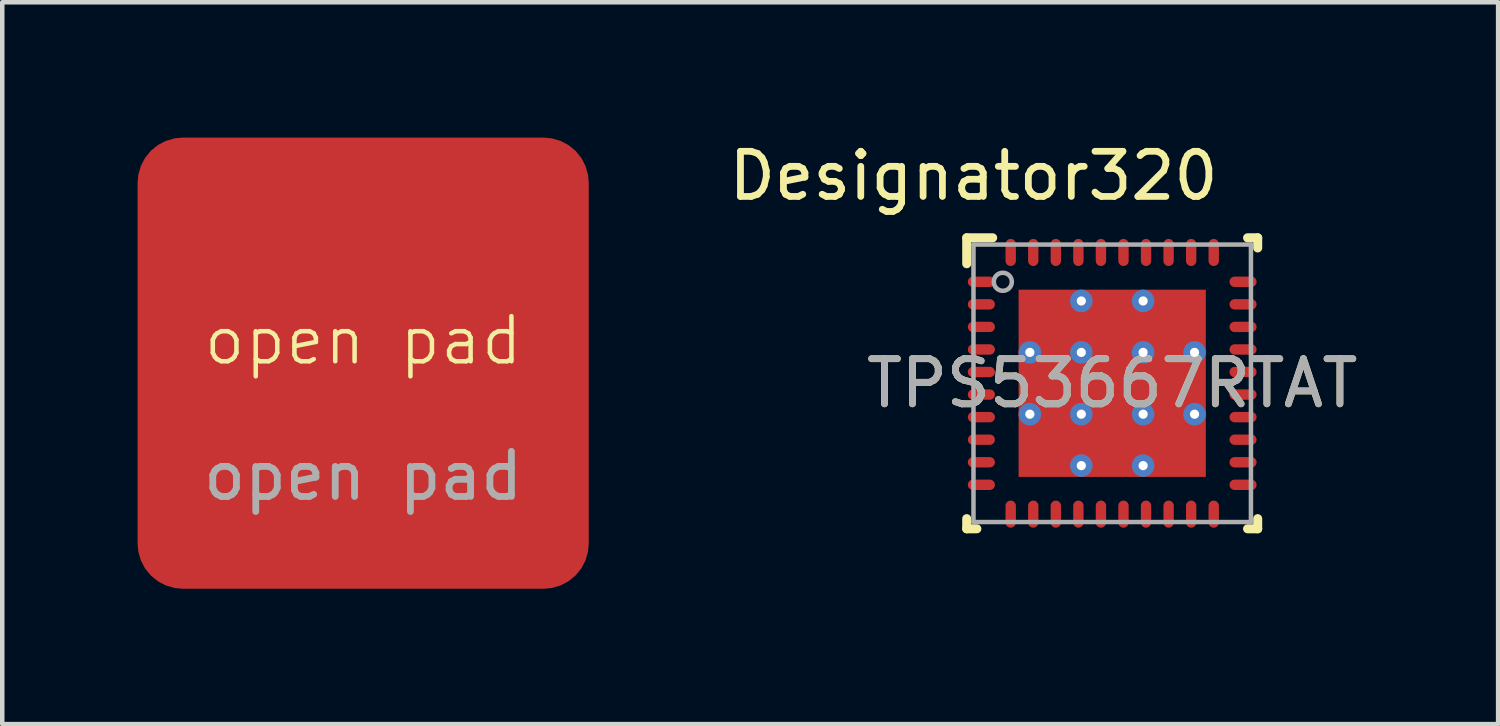
<source format=kicad_pcb>
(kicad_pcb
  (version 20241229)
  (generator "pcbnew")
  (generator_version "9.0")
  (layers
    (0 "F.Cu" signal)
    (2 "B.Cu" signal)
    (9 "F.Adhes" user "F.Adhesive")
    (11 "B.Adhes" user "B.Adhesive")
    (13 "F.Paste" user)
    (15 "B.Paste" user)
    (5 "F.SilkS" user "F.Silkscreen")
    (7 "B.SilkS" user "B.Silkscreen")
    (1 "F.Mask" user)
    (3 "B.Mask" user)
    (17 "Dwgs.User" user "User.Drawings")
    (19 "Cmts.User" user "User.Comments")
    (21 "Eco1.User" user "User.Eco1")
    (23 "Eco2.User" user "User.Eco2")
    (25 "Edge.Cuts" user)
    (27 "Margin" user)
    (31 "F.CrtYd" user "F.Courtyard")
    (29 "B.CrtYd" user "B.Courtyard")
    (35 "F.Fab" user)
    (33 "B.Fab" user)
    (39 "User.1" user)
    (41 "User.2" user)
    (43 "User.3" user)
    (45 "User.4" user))
  (footprint "open pad"
    (layer "F.Cu")
    (at 5 5)
    (property "Reference" "open pad" (at 0 -0.5 0) (unlocked yes) (layer "F.SilkS") (effects (font (size 1 1) (thickness 0.1))))
    (attr smd)
    (fp_text user "${REFERENCE}" (at 0 2.5 0) (unlocked yes) (layer "F.Fab") (effects (font (size 1 1) (thickness 0.15))))
    (pad "1" smd roundrect (at 0 0) (size 10 10) (layers "F.Cu" "F.Mask" "F.Paste") (roundrect_rratio 0.1)))
  (footprint "TPS53667RTAT"
    (layer "F.Cu")
    (at 21.603 5.446)
    (property "Reference" "TPS53667RTAT" (at 0 0 0) (unlocked yes) (layer "F.SilkS") (effects (font (size 1 1) (thickness 0.15))))
    (attr smd)
    (fp_line (start -3.225 -3.225) (end -2.65 -3.225) (stroke (width 0.2) (type solid)) (layer "F.SilkS"))
    (fp_line (start -3.225 -2.65) (end -3.225 -3.225) (stroke (width 0.2) (type solid)) (layer "F.SilkS"))
    (fp_line (start -3.225 3.225) (end -3.225 3) (stroke (width 0.2) (type solid)) (layer "F.SilkS"))
    (fp_line (start -3.225 3.225) (end -3 3.225) (stroke (width 0.2) (type solid)) (layer "F.SilkS"))
    (fp_line (start 3 -3.225) (end 3.225 -3.225) (stroke (width 0.2) (type solid)) (layer "F.SilkS"))
    (fp_line (start 3 3.225) (end 3.225 3.225) (stroke (width 0.2) (type solid)) (layer "F.SilkS"))
    (fp_line (start 3.225 -3) (end 3.225 -3.225) (stroke (width 0.2) (type solid)) (layer "F.SilkS"))
    (fp_line (start 3.225 3.225) (end 3.225 3) (stroke (width 0.2) (type solid)) (layer "F.SilkS"))
    (fp_poly (pts (xy -1.955 -0.785) (xy -0.785 -0.785) (xy -0.785 -1.955) (xy -1.955 -1.955)) (stroke (width 0) (type solid)) (fill yes) (layer "F.Paste"))
    (fp_poly (pts (xy -1.955 0.585) (xy -0.785 0.585) (xy -0.785 -0.585) (xy -1.955 -0.585)) (stroke (width 0) (type solid)) (fill yes) (layer "F.Paste"))
    (fp_poly (pts (xy -1.955 1.955) (xy -0.785 1.955) (xy -0.785 0.785) (xy -1.955 0.785)) (stroke (width 0) (type solid)) (fill yes) (layer "F.Paste"))
    (fp_poly (pts (xy -0.585 -0.785) (xy 0.585 -0.785) (xy 0.585 -1.955) (xy -0.585 -1.955)) (stroke (width 0) (type solid)) (fill yes) (layer "F.Paste"))
    (fp_poly (pts (xy -0.585 0.585) (xy 0.585 0.585) (xy 0.585 -0.585) (xy -0.585 -0.585)) (stroke (width 0) (type solid)) (fill yes) (layer "F.Paste"))
    (fp_poly (pts (xy -0.585 1.955) (xy 0.585 1.955) (xy 0.585 0.785) (xy -0.585 0.785)) (stroke (width 0) (type solid)) (fill yes) (layer "F.Paste"))
    (fp_poly (pts (xy 0.785 -0.785) (xy 1.955 -0.785) (xy 1.955 -1.955) (xy 0.785 -1.955)) (stroke (width 0) (type solid)) (fill yes) (layer "F.Paste"))
    (fp_poly (pts (xy 0.785 0.585) (xy 1.955 0.585) (xy 1.955 -0.585) (xy 0.785 -0.585)) (stroke (width 0) (type solid)) (fill yes) (layer "F.Paste"))
    (fp_poly (pts (xy 0.785 1.955) (xy 1.955 1.955) (xy 1.955 0.785) (xy 0.785 0.785)) (stroke (width 0) (type solid)) (fill yes) (layer "F.Paste"))
    (fp_line (start -3.075 -3.075) (end 3.075 -3.075) (stroke (width 0.1) (type solid)) (layer "F.Fab"))
    (fp_line (start -3.075 3.075) (end -3.075 -3.075) (stroke (width 0.1) (type solid)) (layer "F.Fab"))
    (fp_line (start -3.075 3.075) (end 3.075 3.075) (stroke (width 0.1) (type solid)) (layer "F.Fab"))
    (fp_line (start 3.075 3.075) (end 3.075 -3.075) (stroke (width 0.1) (type solid)) (layer "F.Fab"))
    (fp_circle (center -2.425 -2.25) (end -2.225 -2.25) (stroke (width 0.1) (type solid)) (fill no) (layer "F.Fab"))
    (fp_text user "Designator320" (at -3.073 -4.597 0) (unlocked yes) (layer "F.SilkS") (effects (font (size 1 1) (thickness 0.15))))
    (fp_text user "${REFERENCE}" (at 0 0 0) (unlocked yes) (layer "F.Fab") (effects (font (size 1 1) (thickness 0.15))))
    (pad "1" smd oval (at -2.9 -2.25 90) (size 0.23 0.6) (layers "F.Cu" "F.Mask" "F.Paste"))
    (pad "2" smd oval (at -2.9 -1.75 90) (size 0.23 0.6) (layers "F.Cu" "F.Mask" "F.Paste"))
    (pad "3" smd oval (at -2.9 -1.25 90) (size 0.23 0.6) (layers "F.Cu" "F.Mask" "F.Paste"))
    (pad "4" smd oval (at -2.9 -0.75 90) (size 0.23 0.6) (layers "F.Cu" "F.Mask" "F.Paste"))
    (pad "5" smd oval (at -2.9 -0.25 90) (size 0.23 0.6) (layers "F.Cu" "F.Mask" "F.Paste"))
    (pad "6" smd oval (at -2.9 0.25 90) (size 0.23 0.6) (layers "F.Cu" "F.Mask" "F.Paste"))
    (pad "7" smd oval (at -2.9 0.75 90) (size 0.23 0.6) (layers "F.Cu" "F.Mask" "F.Paste"))
    (pad "8" smd oval (at -2.9 1.25 90) (size 0.23 0.6) (layers "F.Cu" "F.Mask" "F.Paste"))
    (pad "9" smd oval (at -2.9 1.75 90) (size 0.23 0.6) (layers "F.Cu" "F.Mask" "F.Paste"))
    (pad "10" smd oval (at -2.9 2.25 90) (size 0.23 0.6) (layers "F.Cu" "F.Mask" "F.Paste"))
    (pad "11" smd oval (at -2.25 2.9) (size 0.23 0.6) (layers "F.Cu" "F.Mask" "F.Paste"))
    (pad "12" smd oval (at -1.75 2.9) (size 0.23 0.6) (layers "F.Cu" "F.Mask" "F.Paste"))
    (pad "13" smd oval (at -1.25 2.9) (size 0.23 0.6) (layers "F.Cu" "F.Mask" "F.Paste"))
    (pad "14" smd oval (at -0.75 2.9) (size 0.23 0.6) (layers "F.Cu" "F.Mask" "F.Paste"))
    (pad "15" smd oval (at -0.25 2.9) (size 0.23 0.6) (layers "F.Cu" "F.Mask" "F.Paste"))
    (pad "16" smd oval (at 0.25 2.9) (size 0.23 0.6) (layers "F.Cu" "F.Mask" "F.Paste"))
    (pad "17" smd oval (at 0.75 2.9) (size 0.23 0.6) (layers "F.Cu" "F.Mask" "F.Paste"))
    (pad "18" smd oval (at 1.25 2.9) (size 0.23 0.6) (layers "F.Cu" "F.Mask" "F.Paste"))
    (pad "19" smd oval (at 1.75 2.9) (size 0.23 0.6) (layers "F.Cu" "F.Mask" "F.Paste"))
    (pad "20" smd oval (at 2.25 2.9) (size 0.23 0.6) (layers "F.Cu" "F.Mask" "F.Paste"))
    (pad "21" smd oval (at 2.9 2.25 90) (size 0.23 0.6) (layers "F.Cu" "F.Mask" "F.Paste"))
    (pad "22" smd oval (at 2.9 1.75 90) (size 0.23 0.6) (layers "F.Cu" "F.Mask" "F.Paste"))
    (pad "23" smd oval (at 2.9 1.25 90) (size 0.23 0.6) (layers "F.Cu" "F.Mask" "F.Paste"))
    (pad "24" smd oval (at 2.9 0.75 90) (size 0.23 0.6) (layers "F.Cu" "F.Mask" "F.Paste"))
    (pad "25" smd oval (at 2.9 0.25 90) (size 0.23 0.6) (layers "F.Cu" "F.Mask" "F.Paste"))
    (pad "26" smd oval (at 2.9 -0.25 90) (size 0.23 0.6) (layers "F.Cu" "F.Mask" "F.Paste"))
    (pad "27" smd oval (at 2.9 -0.75 90) (size 0.23 0.6) (layers "F.Cu" "F.Mask" "F.Paste"))
    (pad "28" smd oval (at 2.9 -1.25 90) (size 0.23 0.6) (layers "F.Cu" "F.Mask" "F.Paste"))
    (pad "29" smd oval (at 2.9 -1.75 90) (size 0.23 0.6) (layers "F.Cu" "F.Mask" "F.Paste"))
    (pad "30" smd oval (at 2.9 -2.25 90) (size 0.23 0.6) (layers "F.Cu" "F.Mask" "F.Paste"))
    (pad "31" smd oval (at 2.25 -2.9) (size 0.23 0.6) (layers "F.Cu" "F.Mask" "F.Paste"))
    (pad "32" smd oval (at 1.75 -2.9) (size 0.23 0.6) (layers "F.Cu" "F.Mask" "F.Paste"))
    (pad "33" smd oval (at 1.25 -2.9) (size 0.23 0.6) (layers "F.Cu" "F.Mask" "F.Paste"))
    (pad "34" smd oval (at 0.75 -2.9) (size 0.23 0.6) (layers "F.Cu" "F.Mask" "F.Paste"))
    (pad "35" smd oval (at 0.25 -2.9) (size 0.23 0.6) (layers "F.Cu" "F.Mask" "F.Paste"))
    (pad "36" smd oval (at -0.25 -2.9) (size 0.23 0.6) (layers "F.Cu" "F.Mask" "F.Paste"))
    (pad "37" smd oval (at -0.75 -2.9) (size 0.23 0.6) (layers "F.Cu" "F.Mask" "F.Paste"))
    (pad "38" smd oval (at -1.25 -2.9) (size 0.23 0.6) (layers "F.Cu" "F.Mask" "F.Paste"))
    (pad "39" smd oval (at -1.75 -2.9) (size 0.23 0.6) (layers "F.Cu" "F.Mask" "F.Paste"))
    (pad "40" smd oval (at -2.25 -2.9) (size 0.23 0.6) (layers "F.Cu" "F.Mask" "F.Paste"))
    (pad "41" smd rect (at 0 0) (size 4.15 4.15) (layers "F.Cu" "F.Mask"))
    (pad "V" thru_hole circle (at -1.825 -0.685) (size 0.5 0.5) (drill 0.203) (layers "*.Cu" "*.Mask"))
    (pad "V" thru_hole circle (at -1.825 0.685) (size 0.5 0.5) (drill 0.203) (layers "*.Cu" "*.Mask"))
    (pad "V" thru_hole circle (at -0.685 -1.825) (size 0.5 0.5) (drill 0.203) (layers "*.Cu" "*.Mask"))
    (pad "V" thru_hole circle (at -0.685 -0.685) (size 0.5 0.5) (drill 0.203) (layers "*.Cu" "*.Mask"))
    (pad "V" thru_hole circle (at -0.685 0.685) (size 0.5 0.5) (drill 0.203) (layers "*.Cu" "*.Mask"))
    (pad "V" thru_hole circle (at -0.685 1.825) (size 0.5 0.5) (drill 0.203) (layers "*.Cu" "*.Mask"))
    (pad "V" thru_hole circle (at 0.685 -1.825) (size 0.5 0.5) (drill 0.203) (layers "*.Cu" "*.Mask"))
    (pad "V" thru_hole circle (at 0.685 -0.685) (size 0.5 0.5) (drill 0.203) (layers "*.Cu" "*.Mask"))
    (pad "V" thru_hole circle (at 0.685 0.685) (size 0.5 0.5) (drill 0.203) (layers "*.Cu" "*.Mask"))
    (pad "V" thru_hole circle (at 0.685 1.825) (size 0.5 0.5) (drill 0.203) (layers "*.Cu" "*.Mask"))
    (pad "V" thru_hole circle (at 1.825 -0.685) (size 0.5 0.5) (drill 0.203) (layers "*.Cu" "*.Mask"))
    (pad "V" thru_hole circle (at 1.825 0.685) (size 0.5 0.5) (drill 0.203) (layers "*.Cu" "*.Mask")))
  (gr_rect
    (start -3 -3)
    (end 30.157 13)
    (stroke (width 0.1) (type default))
    (fill no)
    (layer "Edge.Cuts")))
</source>
